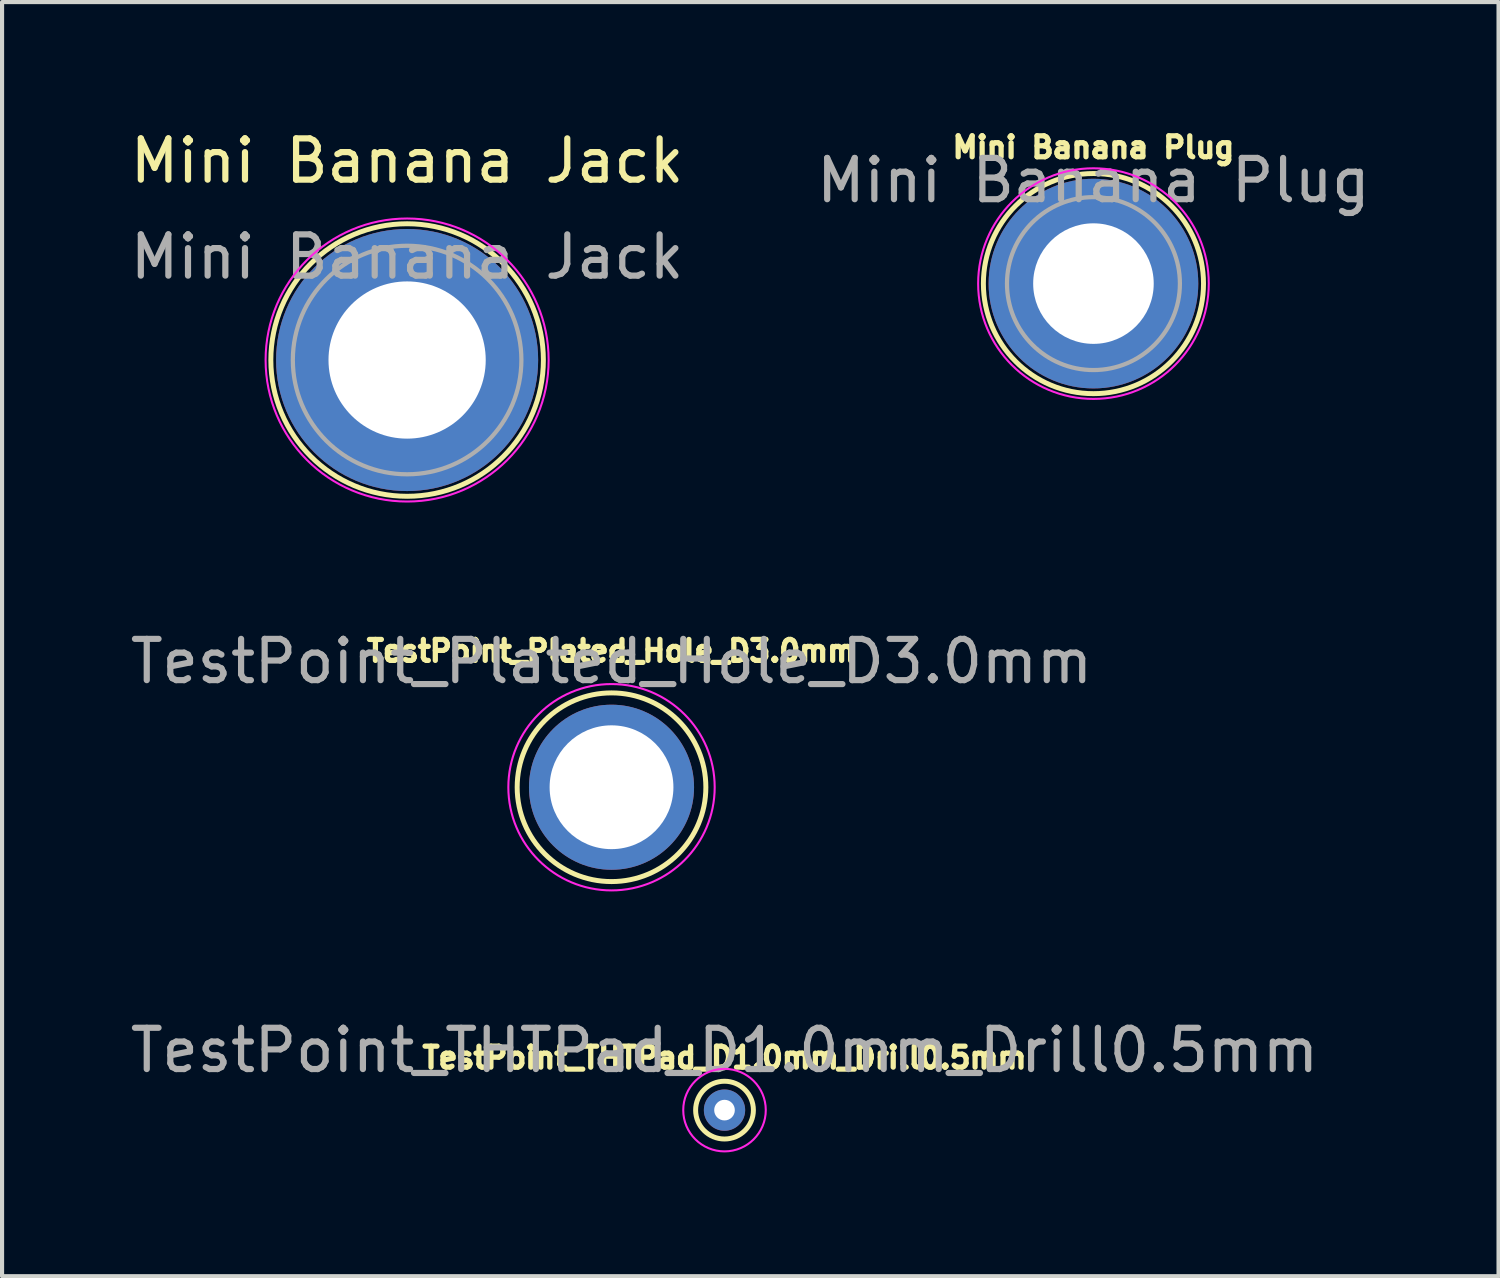
<source format=kicad_pcb>
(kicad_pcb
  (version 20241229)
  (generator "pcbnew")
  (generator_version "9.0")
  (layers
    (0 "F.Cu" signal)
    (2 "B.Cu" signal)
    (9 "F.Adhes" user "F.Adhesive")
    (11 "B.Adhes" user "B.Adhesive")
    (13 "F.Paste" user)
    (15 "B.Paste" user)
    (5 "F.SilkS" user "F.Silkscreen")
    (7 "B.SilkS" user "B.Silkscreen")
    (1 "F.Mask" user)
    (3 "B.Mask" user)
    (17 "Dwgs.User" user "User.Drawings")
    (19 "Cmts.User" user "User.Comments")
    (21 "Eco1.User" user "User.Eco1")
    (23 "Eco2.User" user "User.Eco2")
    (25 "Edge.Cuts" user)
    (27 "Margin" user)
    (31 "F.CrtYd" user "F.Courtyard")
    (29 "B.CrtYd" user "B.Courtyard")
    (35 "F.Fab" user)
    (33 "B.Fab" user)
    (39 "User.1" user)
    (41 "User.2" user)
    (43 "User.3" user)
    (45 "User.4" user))
  (footprint "Mini Banana Jack"
    (layer "F.Cu")
    (at 6.815 5.674)
    (property "Reference" "Mini Banana Jack" (at 0 -4.826 0) (layer "F.SilkS") (effects (font (size 1 1) (thickness 0.15))))
    (attr exclude_from_pos_files exclude_from_bom)
    (fp_circle (center 0 0) (end 3.302 0) (stroke (width 0.12) (type solid)) (fill no) (layer "F.SilkS"))
    (fp_circle (center 0 0) (end 3.429 0) (stroke (width 0.05) (type solid)) (fill no) (layer "F.CrtYd"))
    (fp_circle (center 0 0) (end 1.333 0) (stroke (width 0.102) (type solid)) (fill no) (layer "F.Fab"))
    (fp_circle (center 0 0) (end 1.714 0) (stroke (width 0.102) (type default)) (fill no) (layer "F.Fab"))
    (fp_circle (center 0 0) (end 2.769 0) (stroke (width 0.102) (type default)) (fill no) (layer "F.Fab"))
    (fp_text user "${REFERENCE}" (at 0 -2.5 0) (layer "F.Fab") (effects (font (size 1 1) (thickness 0.15))))
    (pad "1" thru_hole circle (at 0 0) (size 6.35 6.35) (drill 3.81) (layers "*.Cu" "*.Mask")))
  (footprint "TestPoint_THTPad_D1.0mm_Drill0.5mm"
    (layer "F.Cu")
    (at 14.506 23.85)
    (property "Reference" "TestPoint_THTPad_D1.0mm_Drill0.5mm" (at 0 -1.27 0) (layer "F.SilkS") (effects (font (size 0.508 0.508) (thickness 0.127))))
    (attr exclude_from_pos_files exclude_from_bom)
    (fp_circle (center 0 0) (end 0 0.7) (stroke (width 0.12) (type solid)) (fill no) (layer "F.SilkS"))
    (fp_circle (center 0 0) (end 1 0) (stroke (width 0.05) (type solid)) (fill no) (layer "F.CrtYd"))
    (fp_text user "${REFERENCE}" (at 0 -1.45 0) (layer "F.Fab") (effects (font (size 1 1) (thickness 0.15))))
    (pad "1" thru_hole circle (at 0 0) (size 1 1) (drill 0.5) (layers "*.Cu" "*.Mask")))
  (footprint "Mini Banana Plug"
    (layer "F.Cu")
    (at 23.446 3.822)
    (property "Reference" "Mini Banana Plug" (at 0 -3.302 0) (layer "F.SilkS") (effects (font (size 0.508 0.508) (thickness 0.127))))
    (attr exclude_from_pos_files exclude_from_bom)
    (fp_circle (center 0 0) (end 2.667 0) (stroke (width 0.12) (type solid)) (fill no) (layer "F.SilkS"))
    (fp_circle (center 0 0) (end 2.794 0) (stroke (width 0.05) (type solid)) (fill no) (layer "F.CrtYd"))
    (fp_circle (center 0 0) (end 1.206 0) (stroke (width 0.102) (type solid)) (fill no) (layer "F.Fab"))
    (fp_circle (center 0 0) (end 2.095 0) (stroke (width 0.102) (type default)) (fill no) (layer "F.Fab"))
    (fp_text user "${REFERENCE}" (at 0 -2.5 0) (layer "F.Fab") (effects (font (size 1 1) (thickness 0.15))))
    (pad "1" thru_hole circle (at 0 0) (size 5.08 5.08) (drill 2.921) (layers "*.Cu" "*.Mask")))
  (footprint "TestPoint_Plated_Hole_D3.0mm"
    (layer "F.Cu")
    (at 11.768 16.026)
    (property "Reference" "TestPoint_Plated_Hole_D3.0mm" (at 0 -3.302 0) (layer "F.SilkS") (effects (font (size 0.508 0.508) (thickness 0.127))))
    (attr exclude_from_pos_files exclude_from_bom)
    (fp_circle (center 0 0) (end 0 -2.286) (stroke (width 0.12) (type solid)) (fill no) (layer "F.SilkS"))
    (fp_circle (center 0 0) (end 2.5 0) (stroke (width 0.05) (type solid)) (fill no) (layer "F.CrtYd"))
    (fp_text user "${REFERENCE}" (at 0 -3.05 0) (layer "F.Fab") (effects (font (size 1 1) (thickness 0.15))))
    (pad "1" thru_hole circle (at 0 0) (size 4 4) (drill 3) (layers "*.Cu" "*.Mask")))
  (gr_rect
    (start -3 -3)
    (end 33.262 27.875)
    (stroke (width 0.1) (type default))
    (fill no)
    (layer "Edge.Cuts")))
</source>
